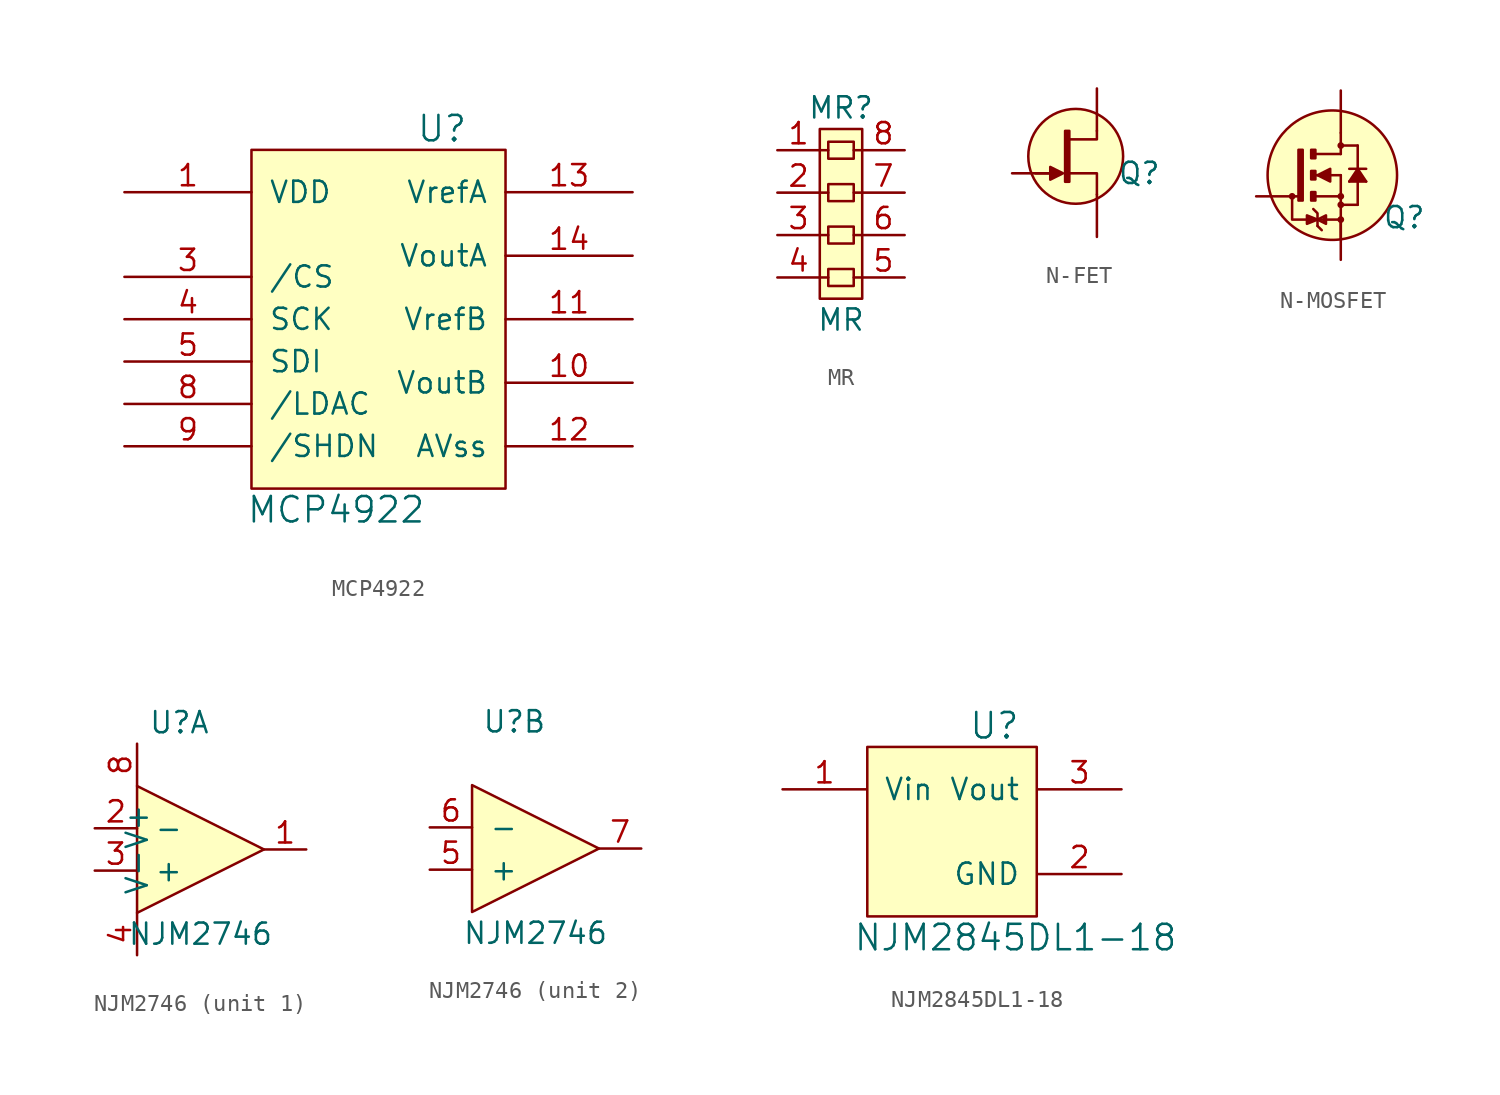
<source format=kicad_sym>
(kicad_symbol_lib
  (version 20220914)
  (generator kicad_symbol_editor)
  (symbol "MCP4922"
    (pin_names
      (offset 1.016))
    (property "Reference" "U"
      (at 3.81 11.43 0)
      (effects (font (size 1.524 1.524))))
    (property "Value" "MCP4922"
      (at -2.54 -11.43 0)
      (effects (font (size 1.524 1.524))))
    (property "Footprint" ""
      (at 0 0 0)
      (effects (font (size 1.524 1.524))))
    (property "Datasheet" ""
      (at 0 0 0)
      (effects (font (size 1.524 1.524))))
    (symbol "MCP4922_0_1"
      (rectangle (start -7.62 10.16) (end 7.62 -10.16) (stroke (width 0) (type default)) (fill (type background))))
    (symbol "MCP4922_1_1"
      (pin power_in line (at -15.24 7.62 0) (length 7.62) (name "VDD" (effects (font (size 1.27 1.27)))) (number "1" (effects (font (size 1.27 1.27)))))
      (pin output line (at 15.24 -3.81 180) (length 7.62) (name "VoutB" (effects (font (size 1.27 1.27)))) (number "10" (effects (font (size 1.27 1.27)))))
      (pin power_in line (at 15.24 0 180) (length 7.62) (name "VrefB" (effects (font (size 1.27 1.27)))) (number "11" (effects (font (size 1.27 1.27)))))
      (pin power_in line (at 15.24 -7.62 180) (length 7.62) (name "AVss" (effects (font (size 1.27 1.27)))) (number "12" (effects (font (size 1.27 1.27)))))
      (pin power_in line (at 15.24 7.62 180) (length 7.62) (name "VrefA" (effects (font (size 1.27 1.27)))) (number "13" (effects (font (size 1.27 1.27)))))
      (pin output line (at 15.24 3.81 180) (length 7.62) (name "VoutA" (effects (font (size 1.27 1.27)))) (number "14" (effects (font (size 1.27 1.27)))))
      (pin input line (at -15.24 2.54 0) (length 7.62) (name "/CS" (effects (font (size 1.27 1.27)))) (number "3" (effects (font (size 1.27 1.27)))))
      (pin input line (at -15.24 0 0) (length 7.62) (name "SCK" (effects (font (size 1.27 1.27)))) (number "4" (effects (font (size 1.27 1.27)))))
      (pin input line (at -15.24 -2.54 0) (length 7.62) (name "SDI" (effects (font (size 1.27 1.27)))) (number "5" (effects (font (size 1.27 1.27)))))
      (pin input line (at -15.24 -5.08 0) (length 7.62) (name "/LDAC" (effects (font (size 1.27 1.27)))) (number "8" (effects (font (size 1.27 1.27)))))
      (pin input line (at -15.24 -7.62 0) (length 7.62) (name "/SHDN" (effects (font (size 1.27 1.27)))) (number "9" (effects (font (size 1.27 1.27)))))))
  (symbol "MR"
    (pin_names
      (offset 1.016))
    (property "Reference" "MR"
      (at 0 6.35 0)
      (effects (font (size 1.27 1.27))))
    (property "Value" "MR"
      (at 0 -6.35 0)
      (effects (font (size 1.27 1.27))))
    (symbol "MR_0_1"
      (rectangle (start -1.27 5.08) (end 1.27 -5.08) (stroke (width 0) (type default)) (fill (type background)))
      (rectangle (start -0.762 -3.302) (end 0.762 -4.318) (stroke (width 0) (type default)) (fill (type none)))
      (rectangle (start -0.762 -0.762) (end 0.762 -1.778) (stroke (width 0) (type default)) (fill (type none)))
      (rectangle (start -0.762 1.778) (end 0.762 0.762) (stroke (width 0) (type default)) (fill (type none)))
      (rectangle (start -0.762 4.318) (end 0.762 3.302) (stroke (width 0) (type default)) (fill (type none)))
      (polyline (pts (xy -1.27 -3.81) (xy -0.762 -3.81)) (stroke (width 0) (type default)) (fill (type none)))
      (polyline (pts (xy -1.27 -1.27) (xy -0.762 -1.27)) (stroke (width 0) (type default)) (fill (type none)))
      (polyline (pts (xy -1.27 1.27) (xy -0.762 1.27)) (stroke (width 0) (type default)) (fill (type none)))
      (polyline (pts (xy -1.27 3.81) (xy -0.762 3.81)) (stroke (width 0) (type default)) (fill (type none)))
      (polyline (pts (xy 0.762 -3.81) (xy 1.27 -3.81)) (stroke (width 0) (type default)) (fill (type none)))
      (polyline (pts (xy 0.762 -1.27) (xy 1.27 -1.27)) (stroke (width 0) (type default)) (fill (type none)))
      (polyline (pts (xy 0.762 1.27) (xy 1.27 1.27)) (stroke (width 0) (type default)) (fill (type none)))
      (polyline (pts (xy 0.762 3.81) (xy 1.27 3.81)) (stroke (width 0) (type default)) (fill (type none))))
    (symbol "MR_1_1"
      (pin input line (at -3.81 3.81 0) (length 2.54) (name "~" (effects (font (size 1.27 1.27)))) (number "1" (effects (font (size 1.27 1.27)))))
      (pin input line (at -3.81 1.27 0) (length 2.54) (name "~" (effects (font (size 1.27 1.27)))) (number "2" (effects (font (size 1.27 1.27)))))
      (pin input line (at -3.81 -1.27 0) (length 2.54) (name "~" (effects (font (size 1.27 1.27)))) (number "3" (effects (font (size 1.27 1.27)))))
      (pin input line (at -3.81 -3.81 0) (length 2.54) (name "~" (effects (font (size 1.27 1.27)))) (number "4" (effects (font (size 1.27 1.27)))))
      (pin input line (at 3.81 -3.81 180) (length 2.54) (name "~" (effects (font (size 1.27 1.27)))) (number "5" (effects (font (size 1.27 1.27)))))
      (pin input line (at 3.81 -1.27 180) (length 2.54) (name "~" (effects (font (size 1.27 1.27)))) (number "6" (effects (font (size 1.27 1.27)))))
      (pin input line (at 3.81 1.27 180) (length 2.54) (name "~" (effects (font (size 1.27 1.27)))) (number "7" (effects (font (size 1.27 1.27)))))
      (pin input line (at 3.81 3.81 180) (length 2.54) (name "~" (effects (font (size 1.27 1.27)))) (number "8" (effects (font (size 1.27 1.27)))))))
  (symbol "N-FET"
    (pin_numbers hide)
    (pin_names hide)
    (property "Reference" "Q"
      (at 2.54 0 0)
      (effects (font (size 1.27 1.27))))
    (property "Value" ""
      (at 0 0 0)
      (effects (font (size 1.27 1.27))))
    (symbol "N-FET_0_1"
      (rectangle (start -1.905 2.54) (end -1.651 -0.508) (stroke (width 0) (type default)) (fill (type outline)))
      (circle (center -1.27 1.016) (radius 2.84) (stroke (width 0) (type default)) (fill (type background)))
      (polyline (pts (xy -3.683 0) (xy -2.413 0)) (stroke (width 0) (type default)) (fill (type none)))
      (polyline (pts (xy -1.651 0) (xy 0 0) (xy 0 -1.27)) (stroke (width 0) (type default)) (fill (type none)))
      (polyline (pts (xy -1.651 2.032) (xy 0 2.032) (xy 0 2.54)) (stroke (width 0) (type default)) (fill (type none)))
      (polyline (pts (xy -2.032 0) (xy -2.794 0.381) (xy -2.794 -0.381) (xy -2.032 0)) (stroke (width 0) (type default)) (fill (type outline))))
    (symbol "N-FET_1_1"
      (pin passive line (at 0 -3.81 90) (length 2.54) (name "S" (effects (font (size 1.27 1.27)))) (number "1" (effects (font (size 1.27 1.27)))))
      (pin passive line (at 0 5.08 270) (length 2.54) (name "D" (effects (font (size 1.27 1.27)))) (number "2" (effects (font (size 1.27 1.27)))))
      (pin passive line (at -5.08 0 0) (length 2.54) (name "G" (effects (font (size 1.27 1.27)))) (number "3" (effects (font (size 1.27 1.27)))))))
  (symbol "N-MOSFET"
    (pin_numbers hide)
    (pin_names hide)
    (property "Reference" "Q"
      (at 3.81 -1.27 0)
      (effects (font (size 1.27 1.27))))
    (property "Value" ""
      (at -1.397 1.27 0)
      (effects (font (size 1.27 1.27))))
    (symbol "N-MOSFET_0_1"
      (circle (center -2.921 0) (radius 0.0001) (stroke (width 0) (type default)) (fill (type none)))
      (circle (center -2.921 0) (radius 0.0001) (stroke (width 0) (type default)) (fill (type none)))
      (circle (center -2.921 0) (radius 0.127) (stroke (width 0) (type default)) (fill (type none)))
      (rectangle (start -2.286 -0.254) (end -2.54 2.794) (stroke (width 0) (type default)) (fill (type outline)))
      (rectangle (start -1.778 -0.254) (end -1.524 0.254) (stroke (width 0) (type default)) (fill (type outline)))
      (rectangle (start -1.778 1.016) (end -1.524 1.524) (stroke (width 0) (type default)) (fill (type outline)))
      (rectangle (start -1.778 2.286) (end -1.524 2.794) (stroke (width 0) (type default)) (fill (type outline)))
      (circle (center -0.508 1.27) (radius 3.885) (stroke (width 0) (type default)) (fill (type background)))
      (circle (center 0 -1.397) (radius 0.127) (stroke (width 0) (type default)) (fill (type none)))
      (circle (center 0 -0.508) (radius 0.127) (stroke (width 0) (type default)) (fill (type none)))
      (polyline (pts (xy -1.905 -1.524) (xy -1.905 -1.27)) (stroke (width 0) (type default)) (fill (type none)))
      (polyline (pts (xy -1.778 -1.524) (xy -1.778 -1.27)) (stroke (width 0) (type default)) (fill (type none)))
      (polyline (pts (xy -1.397 -1.778) (xy -1.143 -2.032)) (stroke (width 0) (type default)) (fill (type none)))
      (polyline (pts (xy -1.016 -1.524) (xy -1.016 -1.27)) (stroke (width 0) (type default)) (fill (type none)))
      (polyline (pts (xy 0 1.27) (xy -1.549 1.27)) (stroke (width 0) (type default)) (fill (type none)))
      (polyline (pts (xy 0 2.54) (xy 0 3.81)) (stroke (width 0) (type default)) (fill (type none)))
      (polyline (pts (xy 0.508 1.651) (xy 1.524 1.651)) (stroke (width 0) (type default)) (fill (type none)))
      (polyline (pts (xy -1.524 0) (xy 0 0) (xy 0 0)) (stroke (width 0) (type default)) (fill (type none)))
      (polyline (pts (xy -1.524 2.54) (xy 0 2.54) (xy 0 2.54)) (stroke (width 0) (type default)) (fill (type none)))
      (polyline (pts (xy -1.397 -1.778) (xy -1.397 -1.016) (xy -1.651 -0.762)) (stroke (width 0) (type default)) (fill (type none)))
      (polyline (pts (xy 0 -1.397) (xy -2.921 -1.397) (xy -2.921 0)) (stroke (width 0) (type default)) (fill (type none)))
      (polyline (pts (xy 0 1.27) (xy 0 -2.54) (xy 0 -2.54)) (stroke (width 0) (type default)) (fill (type none)))
      (polyline (pts (xy 0 3.048) (xy 1.016 3.048) (xy 1.016 3.048)) (stroke (width 0) (type default)) (fill (type none)))
      (polyline (pts (xy 0.508 0.889) (xy 1.016 1.651) (xy 1.524 0.889)) (stroke (width 0) (type default)) (fill (type outline)))
      (polyline (pts (xy 1.016 3.048) (xy 1.016 -0.508) (xy 1.016 -0.508)) (stroke (width 0) (type default)) (fill (type outline)))
      (polyline (pts (xy 1.524 0.889) (xy 0.508 0.889) (xy 0.508 0.889)) (stroke (width 0) (type default)) (fill (type outline)))
      (polyline (pts (xy -2.032 -1.651) (xy -2.032 -1.143) (xy -1.397 -1.397) (xy -2.032 -1.651)) (stroke (width 0) (type default)) (fill (type none)))
      (polyline (pts (xy -1.397 -1.397) (xy -0.889 -1.651) (xy -0.889 -1.143) (xy -1.397 -1.397)) (stroke (width 0) (type default)) (fill (type none)))
      (polyline (pts (xy -1.397 1.27) (xy -0.635 0.889) (xy -0.635 1.651) (xy -1.397 1.27)) (stroke (width 0) (type default)) (fill (type outline)))
      (polyline (pts (xy 0 -0.508) (xy 1.016 -0.508) (xy 1.016 -0.508) (xy 1.016 -0.508) (xy 1.016 -0.508)) (stroke (width 0) (type default)) (fill (type none)))
      (circle (center 0 0) (radius 0.127) (stroke (width 0) (type default)) (fill (type none)))
      (circle (center 0 3.048) (radius 0.127) (stroke (width 0) (type default)) (fill (type none))))
    (symbol "N-MOSFET_1_1"
      (pin passive line (at -5.08 0 0) (length 2.54) (name "G" (effects (font (size 1.27 1.27)))) (number "1" (effects (font (size 1.27 1.27)))))
      (pin passive line (at 0 -3.81 90) (length 2.54) (name "S" (effects (font (size 1.27 1.27)))) (number "2" (effects (font (size 1.27 1.27)))))
      (pin passive line (at 0 6.35 270) (length 2.54) (name "D" (effects (font (size 1.27 1.27)))) (number "3" (effects (font (size 1.27 1.27)))))))
  (symbol "NJM2746"
    (pin_names
      (offset 1.016))
    (property "Reference" "U"
      (at 0 7.62 0)
      (effects (font (size 1.27 1.27))))
    (property "Value" "NJM2746"
      (at 1.27 -5.08 0)
      (effects (font (size 1.27 1.27))))
    (symbol "NJM2746_0_1"
      (polyline (pts (xy -2.54 3.81) (xy 5.08 0) (xy -2.54 -3.81) (xy -2.54 3.81)) (stroke (width 0.152) (type default)) (fill (type background))))
    (symbol "NJM2746_1_1"
      (pin output line (at 7.62 0 180) (length 2.54) (name "~" (effects (font (size 1.27 1.27)))) (number "1" (effects (font (size 1.27 1.27)))))
      (pin input line (at -5.08 1.27 0) (length 2.54) (name "-" (effects (font (size 1.27 1.27)))) (number "2" (effects (font (size 1.27 1.27)))))
      (pin input line (at -5.08 -1.27 0) (length 2.54) (name "+" (effects (font (size 1.27 1.27)))) (number "3" (effects (font (size 1.27 1.27)))))
      (pin power_in line (at -2.54 -6.35 90) (length 2.54) (name "V-" (effects (font (size 1.27 1.27)))) (number "4" (effects (font (size 1.27 1.27)))))
      (pin power_in line (at -2.54 6.35 270) (length 2.54) (name "V+" (effects (font (size 1.27 1.27)))) (number "8" (effects (font (size 1.27 1.27))))))
    (symbol "NJM2746_2_1"
      (pin input line (at -5.08 -1.27 0) (length 2.54) (name "+" (effects (font (size 1.27 1.27)))) (number "5" (effects (font (size 1.27 1.27)))))
      (pin input line (at -5.08 1.27 0) (length 2.54) (name "-" (effects (font (size 1.27 1.27)))) (number "6" (effects (font (size 1.27 1.27)))))
      (pin output line (at 7.62 0 180) (length 2.54) (name "~" (effects (font (size 1.27 1.27)))) (number "7" (effects (font (size 1.27 1.27)))))))
  (symbol "NJM2845DL1-18"
    (pin_names
      (offset 1.016))
    (property "Reference" "U"
      (at 2.54 6.35 0)
      (effects (font (size 1.524 1.524))))
    (property "Value" "NJM2845DL1-18"
      (at 3.81 -6.35 0)
      (effects (font (size 1.524 1.524))))
    (property "Footprint" ""
      (at 0 0 0)
      (effects (font (size 1.524 1.524))))
    (property "Datasheet" ""
      (at 0 0 0)
      (effects (font (size 1.524 1.524))))
    (symbol "NJM2845DL1-18_0_1"
      (rectangle (start -5.08 5.08) (end 5.08 -5.08) (stroke (width 0) (type default)) (fill (type background))))
    (symbol "NJM2845DL1-18_1_1"
      (pin power_in line (at -10.16 2.54 0) (length 5.029) (name "Vin" (effects (font (size 1.27 1.27)))) (number "1" (effects (font (size 1.27 1.27)))))
      (pin power_out line (at 10.16 -2.54 180) (length 5.029) (name "GND" (effects (font (size 1.27 1.27)))) (number "2" (effects (font (size 1.27 1.27)))))
      (pin power_out line (at 10.16 2.54 180) (length 5.029) (name "Vout" (effects (font (size 1.27 1.27)))) (number "3" (effects (font (size 1.27 1.27))))))))
</source>
